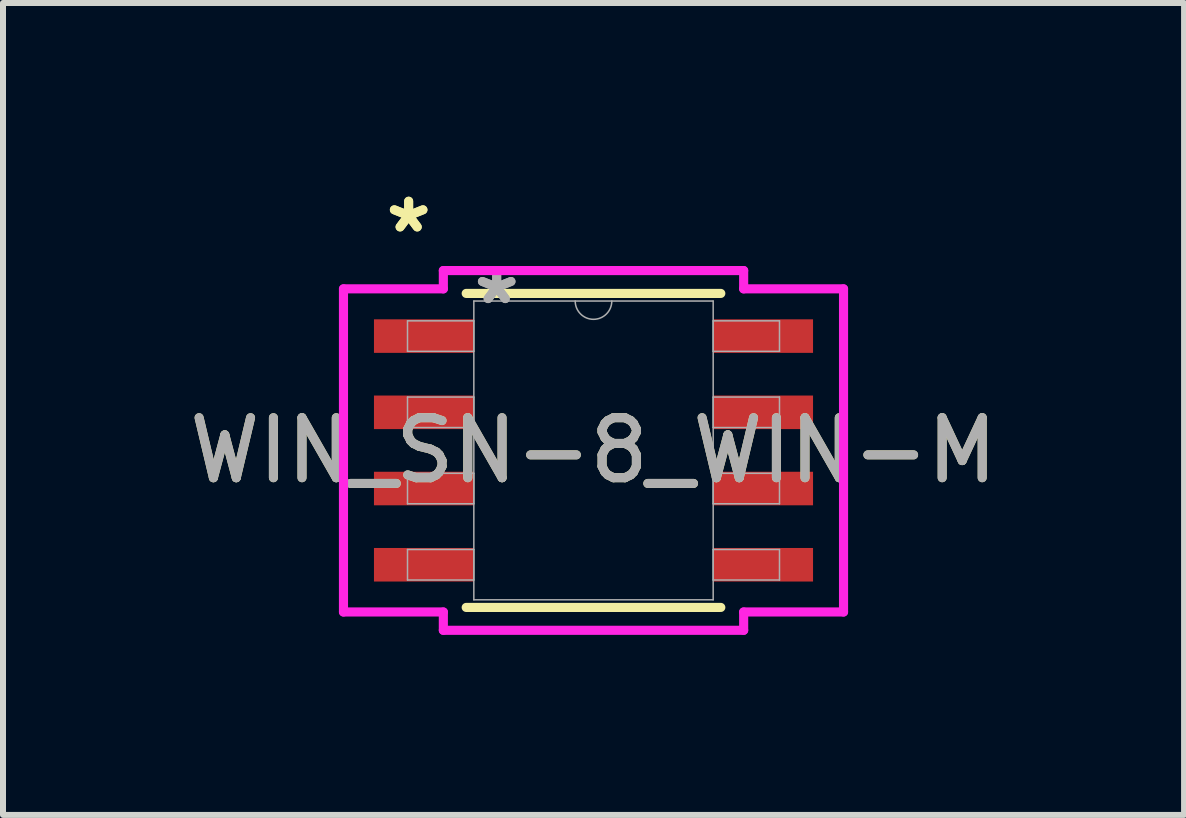
<source format=kicad_pcb>
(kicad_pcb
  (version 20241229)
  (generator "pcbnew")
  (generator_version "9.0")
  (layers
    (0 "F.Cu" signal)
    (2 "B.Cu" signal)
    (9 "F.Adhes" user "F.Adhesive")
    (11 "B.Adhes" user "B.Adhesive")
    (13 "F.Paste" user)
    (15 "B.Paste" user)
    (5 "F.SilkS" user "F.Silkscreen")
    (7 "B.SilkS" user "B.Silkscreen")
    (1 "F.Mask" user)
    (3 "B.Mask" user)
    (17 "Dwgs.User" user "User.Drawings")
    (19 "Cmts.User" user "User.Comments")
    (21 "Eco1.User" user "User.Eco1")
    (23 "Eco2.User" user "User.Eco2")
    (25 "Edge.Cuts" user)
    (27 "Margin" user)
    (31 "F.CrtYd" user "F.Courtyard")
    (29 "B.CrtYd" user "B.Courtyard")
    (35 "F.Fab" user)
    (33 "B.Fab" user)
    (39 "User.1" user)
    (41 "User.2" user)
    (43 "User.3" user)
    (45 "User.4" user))
  (footprint "WIN_SN-8_WIN-M"
    (layer "F.Cu")
    (at 6.839 4.455)
    (property "Reference" "WIN_SN-8_WIN-M" (at 0 0 0) (unlocked yes) (layer "F.SilkS") (effects (font (size 1 1) (thickness 0.15))))
    (attr smd)
    (fp_line (start -2.121 2.616) (end 2.121 2.616) (stroke (width 0.152) (type solid)) (layer "F.SilkS"))
    (fp_line (start 2.121 -2.616) (end -2.121 -2.616) (stroke (width 0.152) (type solid)) (layer "F.SilkS"))
    (fp_line (start -4.166 -2.692) (end -2.502 -2.692) (stroke (width 0.152) (type solid)) (layer "F.CrtYd"))
    (fp_line (start -4.166 2.692) (end -4.166 -2.692) (stroke (width 0.152) (type solid)) (layer "F.CrtYd"))
    (fp_line (start -4.166 2.692) (end -2.502 2.692) (stroke (width 0.152) (type solid)) (layer "F.CrtYd"))
    (fp_line (start -2.502 -2.997) (end 2.502 -2.997) (stroke (width 0.152) (type solid)) (layer "F.CrtYd"))
    (fp_line (start -2.502 -2.692) (end -2.502 -2.997) (stroke (width 0.152) (type solid)) (layer "F.CrtYd"))
    (fp_line (start -2.502 2.997) (end -2.502 2.692) (stroke (width 0.152) (type solid)) (layer "F.CrtYd"))
    (fp_line (start 2.502 -2.997) (end 2.502 -2.692) (stroke (width 0.152) (type solid)) (layer "F.CrtYd"))
    (fp_line (start 2.502 2.692) (end 2.502 2.997) (stroke (width 0.152) (type solid)) (layer "F.CrtYd"))
    (fp_line (start 2.502 2.997) (end -2.502 2.997) (stroke (width 0.152) (type solid)) (layer "F.CrtYd"))
    (fp_line (start 4.166 -2.692) (end 2.502 -2.692) (stroke (width 0.152) (type solid)) (layer "F.CrtYd"))
    (fp_line (start 4.166 -2.692) (end 4.166 2.692) (stroke (width 0.152) (type solid)) (layer "F.CrtYd"))
    (fp_line (start 4.166 2.692) (end 2.502 2.692) (stroke (width 0.152) (type solid)) (layer "F.CrtYd"))
    (fp_line (start -3.099 -2.159) (end -3.099 -1.651) (stroke (width 0.025) (type solid)) (layer "F.Fab"))
    (fp_line (start -3.099 -1.651) (end -1.994 -1.651) (stroke (width 0.025) (type solid)) (layer "F.Fab"))
    (fp_line (start -3.099 -0.889) (end -3.099 -0.381) (stroke (width 0.025) (type solid)) (layer "F.Fab"))
    (fp_line (start -3.099 -0.381) (end -1.994 -0.381) (stroke (width 0.025) (type solid)) (layer "F.Fab"))
    (fp_line (start -3.099 0.381) (end -3.099 0.889) (stroke (width 0.025) (type solid)) (layer "F.Fab"))
    (fp_line (start -3.099 0.889) (end -1.994 0.889) (stroke (width 0.025) (type solid)) (layer "F.Fab"))
    (fp_line (start -3.099 1.651) (end -3.099 2.159) (stroke (width 0.025) (type solid)) (layer "F.Fab"))
    (fp_line (start -3.099 2.159) (end -1.994 2.159) (stroke (width 0.025) (type solid)) (layer "F.Fab"))
    (fp_line (start -1.994 -2.489) (end -1.994 2.489) (stroke (width 0.025) (type solid)) (layer "F.Fab"))
    (fp_line (start -1.994 -2.159) (end -3.099 -2.159) (stroke (width 0.025) (type solid)) (layer "F.Fab"))
    (fp_line (start -1.994 -1.651) (end -1.994 -2.159) (stroke (width 0.025) (type solid)) (layer "F.Fab"))
    (fp_line (start -1.994 -0.889) (end -3.099 -0.889) (stroke (width 0.025) (type solid)) (layer "F.Fab"))
    (fp_line (start -1.994 -0.381) (end -1.994 -0.889) (stroke (width 0.025) (type solid)) (layer "F.Fab"))
    (fp_line (start -1.994 0.381) (end -3.099 0.381) (stroke (width 0.025) (type solid)) (layer "F.Fab"))
    (fp_line (start -1.994 0.889) (end -1.994 0.381) (stroke (width 0.025) (type solid)) (layer "F.Fab"))
    (fp_line (start -1.994 1.651) (end -3.099 1.651) (stroke (width 0.025) (type solid)) (layer "F.Fab"))
    (fp_line (start -1.994 2.159) (end -1.994 1.651) (stroke (width 0.025) (type solid)) (layer "F.Fab"))
    (fp_line (start -1.994 2.489) (end 1.994 2.489) (stroke (width 0.025) (type solid)) (layer "F.Fab"))
    (fp_line (start 1.994 -2.489) (end -1.994 -2.489) (stroke (width 0.025) (type solid)) (layer "F.Fab"))
    (fp_line (start 1.994 -2.159) (end 1.994 -1.651) (stroke (width 0.025) (type solid)) (layer "F.Fab"))
    (fp_line (start 1.994 -1.651) (end 3.099 -1.651) (stroke (width 0.025) (type solid)) (layer "F.Fab"))
    (fp_line (start 1.994 -0.889) (end 1.994 -0.381) (stroke (width 0.025) (type solid)) (layer "F.Fab"))
    (fp_line (start 1.994 -0.381) (end 3.099 -0.381) (stroke (width 0.025) (type solid)) (layer "F.Fab"))
    (fp_line (start 1.994 0.381) (end 1.994 0.889) (stroke (width 0.025) (type solid)) (layer "F.Fab"))
    (fp_line (start 1.994 0.889) (end 3.099 0.889) (stroke (width 0.025) (type solid)) (layer "F.Fab"))
    (fp_line (start 1.994 1.651) (end 1.994 2.159) (stroke (width 0.025) (type solid)) (layer "F.Fab"))
    (fp_line (start 1.994 2.159) (end 3.099 2.159) (stroke (width 0.025) (type solid)) (layer "F.Fab"))
    (fp_line (start 1.994 2.489) (end 1.994 -2.489) (stroke (width 0.025) (type solid)) (layer "F.Fab"))
    (fp_line (start 3.099 -2.159) (end 1.994 -2.159) (stroke (width 0.025) (type solid)) (layer "F.Fab"))
    (fp_line (start 3.099 -1.651) (end 3.099 -2.159) (stroke (width 0.025) (type solid)) (layer "F.Fab"))
    (fp_line (start 3.099 -0.889) (end 1.994 -0.889) (stroke (width 0.025) (type solid)) (layer "F.Fab"))
    (fp_line (start 3.099 -0.381) (end 3.099 -0.889) (stroke (width 0.025) (type solid)) (layer "F.Fab"))
    (fp_line (start 3.099 0.381) (end 1.994 0.381) (stroke (width 0.025) (type solid)) (layer "F.Fab"))
    (fp_line (start 3.099 0.889) (end 3.099 0.381) (stroke (width 0.025) (type solid)) (layer "F.Fab"))
    (fp_line (start 3.099 1.651) (end 1.994 1.651) (stroke (width 0.025) (type solid)) (layer "F.Fab"))
    (fp_line (start 3.099 2.159) (end 3.099 1.651) (stroke (width 0.025) (type solid)) (layer "F.Fab"))
    (fp_arc (start 0.3048 -2.4892) (mid 0 -2.1844) (end -0.3048 -2.4892) (stroke (width 0.0254) (type solid)) (layer "F.Fab"))
    (fp_text user "*" (at -3.08 -3.607 0) (unlocked yes) (layer "F.SilkS") (effects (font (size 1 1) (thickness 0.15))))
    (fp_text user "*" (at -3.08 -3.607 0) (layer "F.SilkS") (effects (font (size 1 1) (thickness 0.15))))
    (fp_text user "*" (at -1.613 -2.413 0) (unlocked yes) (layer "F.Fab") (effects (font (size 1 1) (thickness 0.15))))
    (fp_text user "${REFERENCE}" (at 0 0 0) (unlocked yes) (layer "F.Fab") (effects (font (size 1 1) (thickness 0.15))))
    (fp_text user "*" (at -1.613 -2.413 0) (layer "F.Fab") (effects (font (size 1 1) (thickness 0.15))))
    (pad "1" smd rect (at -2.826 -1.905) (size 1.664 0.559) (layers "F.Cu" "F.Mask" "F.Paste"))
    (pad "2" smd rect (at -2.826 -0.635) (size 1.664 0.559) (layers "F.Cu" "F.Mask" "F.Paste"))
    (pad "3" smd rect (at -2.826 0.635) (size 1.664 0.559) (layers "F.Cu" "F.Mask" "F.Paste"))
    (pad "4" smd rect (at -2.826 1.905) (size 1.664 0.559) (layers "F.Cu" "F.Mask" "F.Paste"))
    (pad "5" smd rect (at 2.826 1.905) (size 1.664 0.559) (layers "F.Cu" "F.Mask" "F.Paste"))
    (pad "6" smd rect (at 2.826 0.635) (size 1.664 0.559) (layers "F.Cu" "F.Mask" "F.Paste"))
    (pad "7" smd rect (at 2.826 -0.635) (size 1.664 0.559) (layers "F.Cu" "F.Mask" "F.Paste"))
    (pad "8" smd rect (at 2.826 -1.905) (size 1.664 0.559) (layers "F.Cu" "F.Mask" "F.Paste")))
  (gr_rect
    (start -3 -3)
    (end 16.679 10.528)
    (stroke (width 0.1) (type default))
    (fill no)
    (layer "Edge.Cuts")))
</source>
